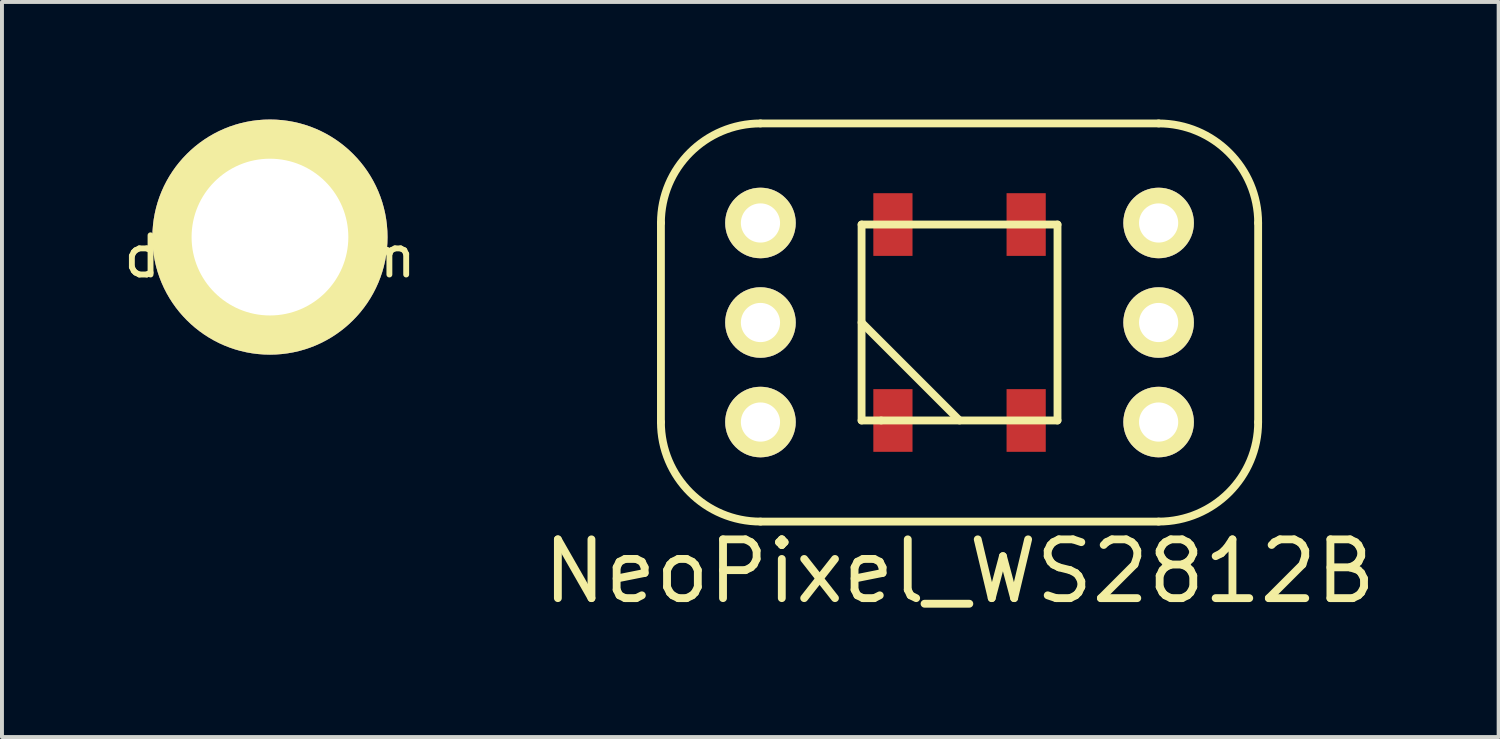
<source format=kicad_pcb>
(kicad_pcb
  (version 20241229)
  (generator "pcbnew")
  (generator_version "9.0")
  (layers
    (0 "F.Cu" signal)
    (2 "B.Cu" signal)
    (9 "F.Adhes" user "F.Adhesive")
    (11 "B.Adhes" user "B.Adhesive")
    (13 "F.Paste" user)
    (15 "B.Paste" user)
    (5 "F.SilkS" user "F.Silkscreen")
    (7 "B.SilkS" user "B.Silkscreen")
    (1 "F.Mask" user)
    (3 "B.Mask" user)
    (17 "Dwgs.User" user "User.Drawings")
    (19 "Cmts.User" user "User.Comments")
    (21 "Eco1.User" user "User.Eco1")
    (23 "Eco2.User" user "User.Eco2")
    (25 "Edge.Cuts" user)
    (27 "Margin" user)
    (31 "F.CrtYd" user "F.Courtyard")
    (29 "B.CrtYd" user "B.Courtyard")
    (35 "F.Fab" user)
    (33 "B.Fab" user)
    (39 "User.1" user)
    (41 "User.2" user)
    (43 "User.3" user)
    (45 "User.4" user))
  (footprint "NeoPixel_WS2812B"
    (layer "F.Cu")
    (at 21.436 5.18)
    (property "Reference" "NeoPixel_WS2812B" (at 0 6.35 0) (layer "F.SilkS") (effects (font (size 1.5 1.5) (thickness 0.2))))
    (attr through_hole)
    (fp_line (start -7.62 2.54) (end -7.62 -2.54) (stroke (width 0.2) (type solid)) (layer "F.SilkS"))
    (fp_line (start -5.08 -5.08) (end 5.08 -5.08) (stroke (width 0.2) (type solid)) (layer "F.SilkS"))
    (fp_line (start -2.5 -2.5) (end -2.5 2.5) (stroke (width 0.2) (type solid)) (layer "F.SilkS"))
    (fp_line (start -2.5 -2.5) (end 2.5 -2.5) (stroke (width 0.2) (type solid)) (layer "F.SilkS"))
    (fp_line (start -2.5 0) (end 0 2.5) (stroke (width 0.2) (type solid)) (layer "F.SilkS"))
    (fp_line (start -2 2.5) (end -2.5 2.5) (stroke (width 0.2) (type solid)) (layer "F.SilkS"))
    (fp_line (start 2.5 -2.5) (end 2.5 2.5) (stroke (width 0.2) (type solid)) (layer "F.SilkS"))
    (fp_line (start 2.5 2.5) (end -2 2.5) (stroke (width 0.2) (type solid)) (layer "F.SilkS"))
    (fp_line (start 5.08 5.08) (end -5.08 5.08) (stroke (width 0.2) (type solid)) (layer "F.SilkS"))
    (fp_line (start 7.62 -2.54) (end 7.62 2.54) (stroke (width 0.2) (type solid)) (layer "F.SilkS"))
    (fp_arc (start -7.62 -2.54) (mid -6.876051 -4.336051) (end -5.08 -5.08) (stroke (width 0.2) (type solid)) (layer "F.SilkS"))
    (fp_arc (start -5.08 5.08) (mid -6.876051 4.336051) (end -7.62 2.54) (stroke (width 0.2) (type solid)) (layer "F.SilkS"))
    (fp_arc (start 5.08 -5.08) (mid 6.876051 -4.336051) (end 7.62 -2.54) (stroke (width 0.2) (type solid)) (layer "F.SilkS"))
    (fp_arc (start 7.62 2.54) (mid 6.876051 4.336051) (end 5.08 5.08) (stroke (width 0.2) (type solid)) (layer "F.SilkS"))
    (pad "1" thru_hole circle (at -5.08 -2.54) (size 1.8 1.8) (drill 1) (layers "*.Cu" "*.Mask" "F.SilkS"))
    (pad "2" thru_hole circle (at -5.08 0) (size 1.8 1.8) (drill 1) (layers "*.Cu" "*.Mask" "F.SilkS"))
    (pad "2" smd rect (at -1.7 2.5 270) (size 1.6 1) (layers "F.Cu" "F.Mask" "F.Paste"))
    (pad "3" thru_hole circle (at -5.08 2.54) (size 1.8 1.8) (drill 1) (layers "*.Cu" "*.Mask" "F.SilkS"))
    (pad "3" smd rect (at 1.7 2.5 270) (size 1.6 1) (layers "F.Cu" "F.Mask" "F.Paste"))
    (pad "4" smd rect (at -1.7 -2.5 270) (size 1.6 1) (layers "F.Cu" "F.Mask" "F.Paste"))
    (pad "4" thru_hole circle (at 5.08 2.54) (size 1.8 1.8) (drill 1) (layers "*.Cu" "*.Mask" "F.SilkS"))
    (pad "5" thru_hole circle (at 5.08 0) (size 1.8 1.8) (drill 1) (layers "*.Cu" "*.Mask" "F.SilkS"))
    (pad "6" smd rect (at 1.7 -2.5 270) (size 1.6 1) (layers "F.Cu" "F.Mask" "F.Paste"))
    (pad "6" thru_hole circle (at 5.08 -2.54) (size 1.8 1.8) (drill 1) (layers "*.Cu" "*.Mask" "F.SilkS")))
  (footprint "drill_4mm"
    (layer "F.Cu")
    (at 3.839 3)
    (property "Reference" "drill_4mm" (at 0 0.5 0) (layer "F.SilkS") (effects (font (size 1 1) (thickness 0.15))))
    (attr through_hole)
    (pad "1" thru_hole circle (at 0 0) (size 6 6) (drill 4) (layers "*.Cu" "*.Mask" "F.SilkS")))
  (gr_rect
    (start -3 -3)
    (end 35.193 15.758)
    (stroke (width 0.1) (type default))
    (fill no)
    (layer "Edge.Cuts")))
</source>
